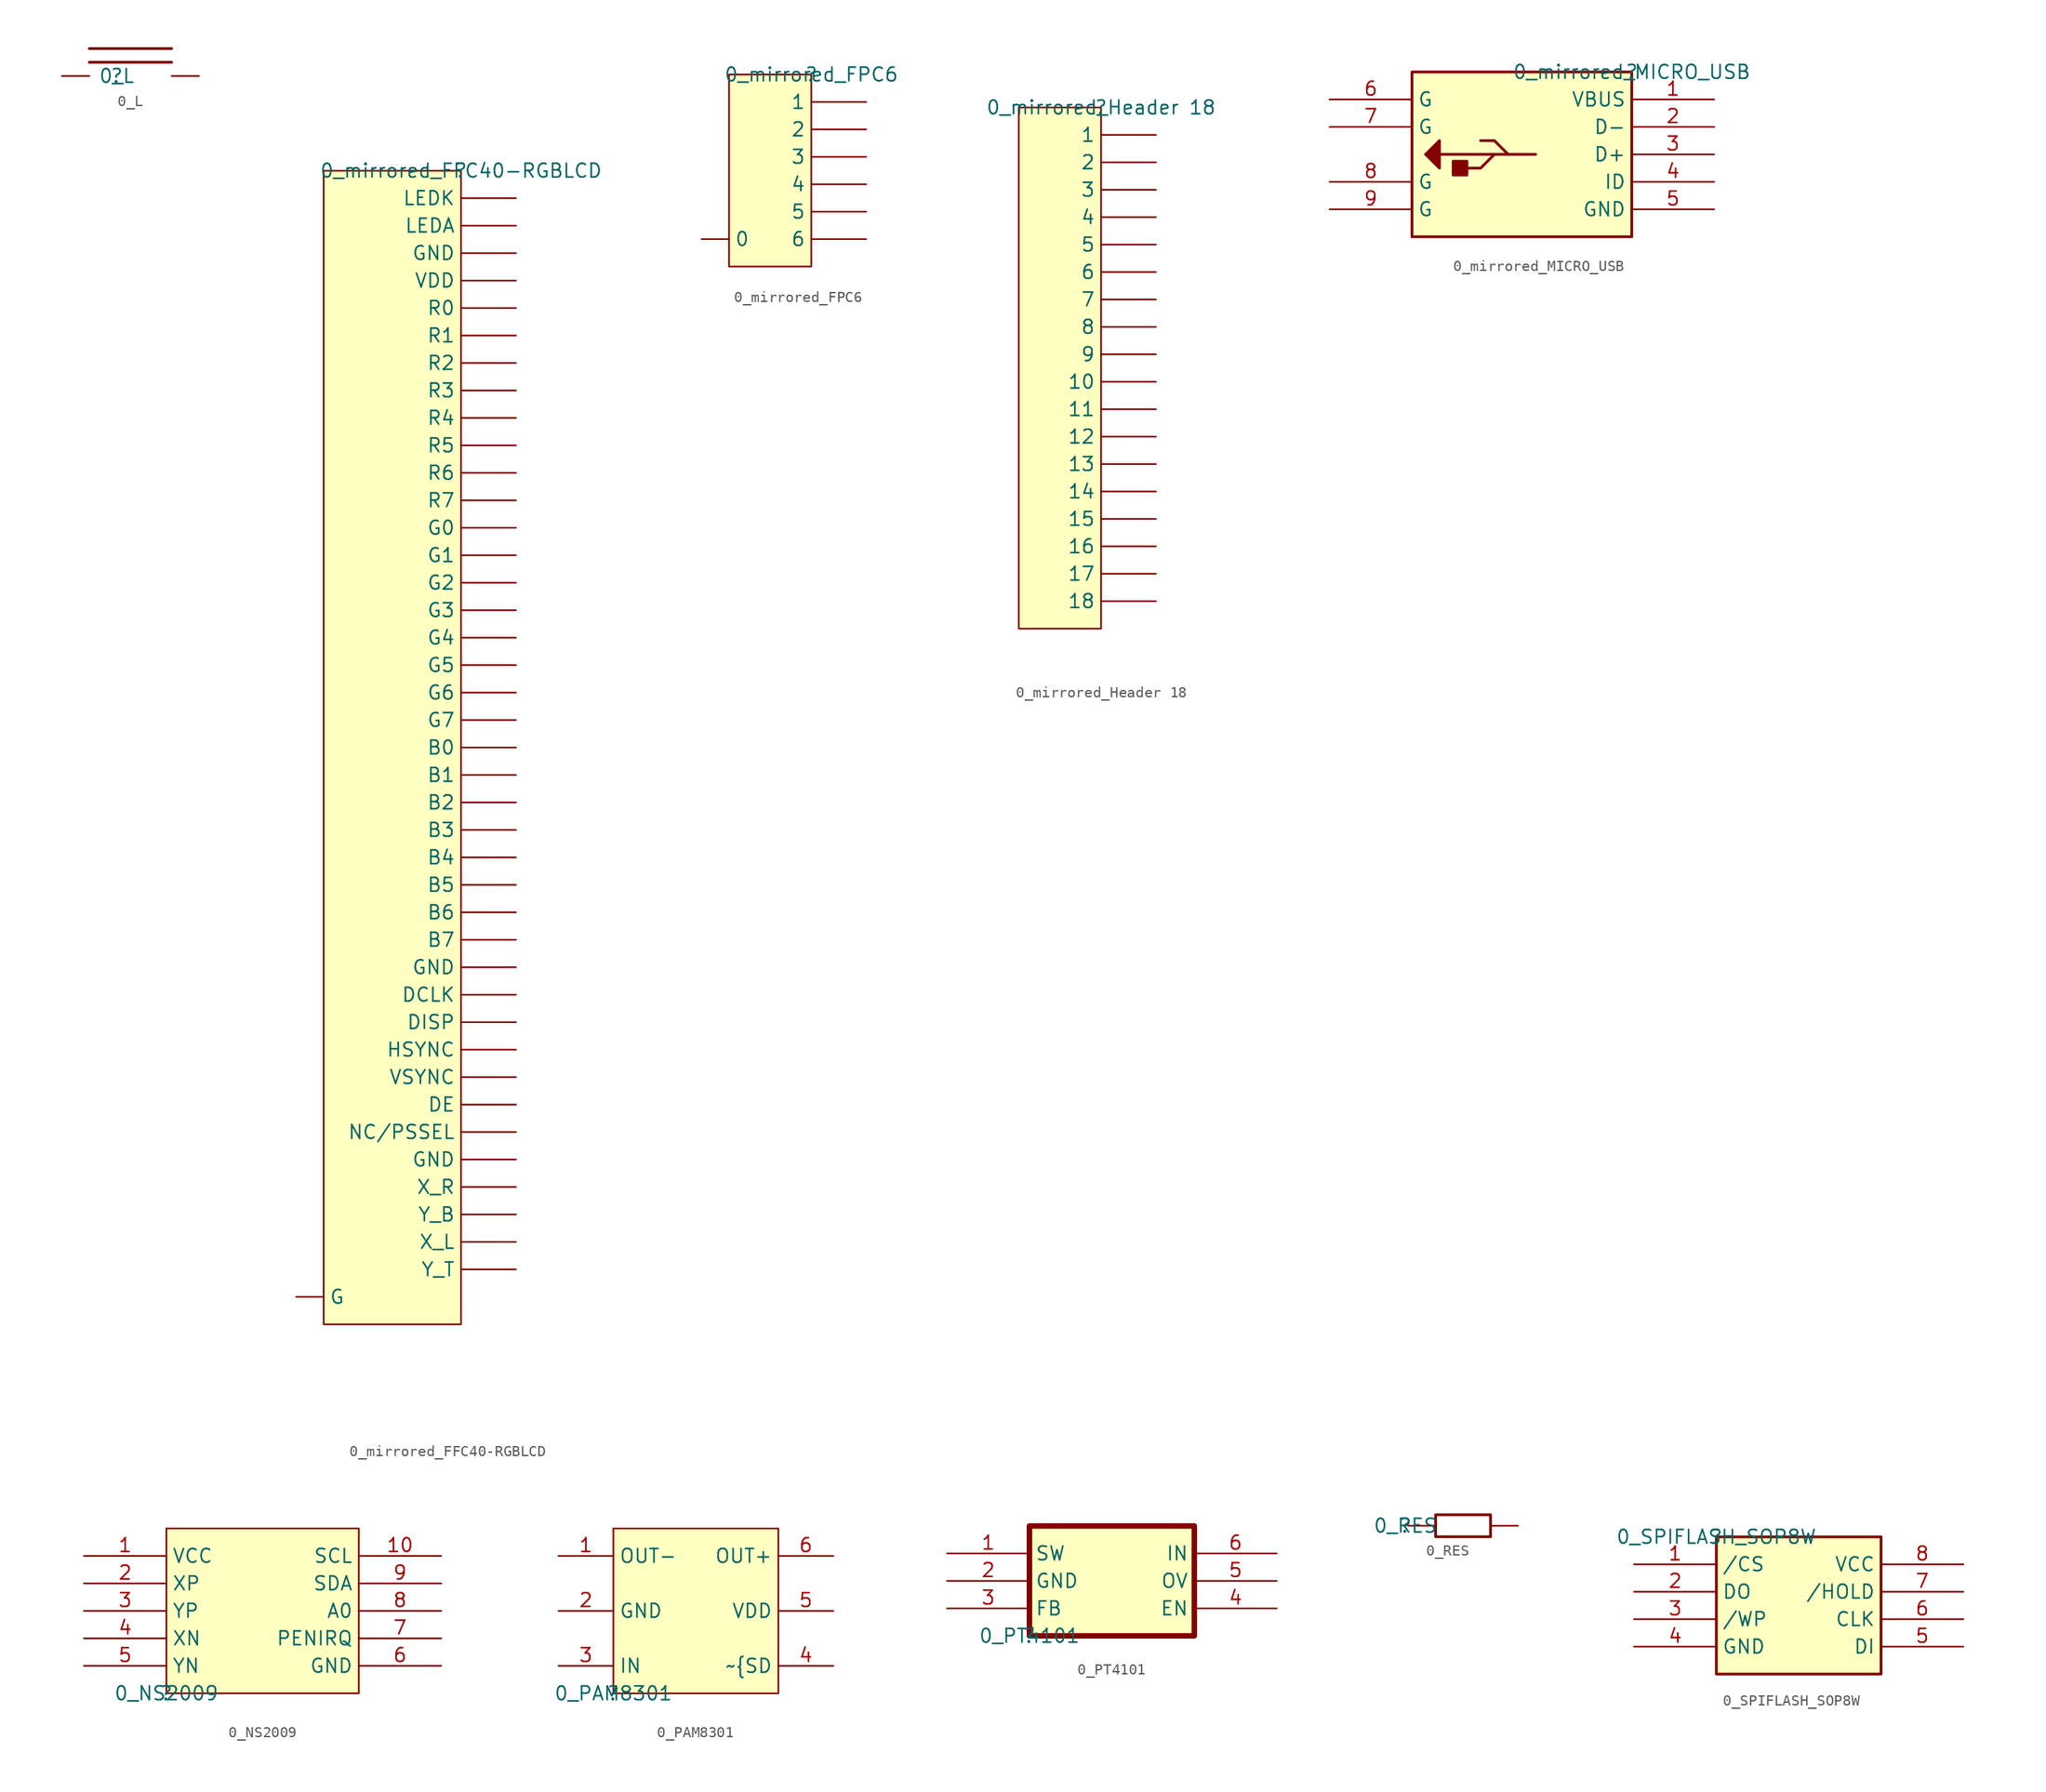
<source format=kicad_sym>
(kicad_symbol_lib
  (version 20210619)
  (generator kicad_symbol_editor)
  (symbol "F1C200S_WS__RGB_T7-altium-import:0_L"
    (property "Reference" ""
      (at 0 0 0)
      (effects (font (size 1.27 1.27))))
    (property "Value" "0_L"
      (at 0 0 0)
      (effects (font (size 1.27 1.27))))
    (symbol "0_L_1_0"
      (polyline (pts (xy -2.54 1.27) (xy 5.08 1.27)) (stroke (width 0.254)) (fill (type none)))
      (polyline (pts (xy 5.08 2.54) (xy -2.54 2.54)) (stroke (width 0.254)) (fill (type none)))
      (pin passive line (at 7.62 0 180) (length 2.54) (name "1" (effects (font (size 0 0)))) (number "1" (effects (font (size 0 0)))))
      (pin passive line (at -5.08 0 0) (length 2.54) (name "2" (effects (font (size 0 0)))) (number "2" (effects (font (size 0 0)))))))
  (symbol "F1C200S_WS__RGB_T7-altium-import:0_mirrored_FFC40-RGBLCD"
    (property "Reference" ""
      (at 0 0 0)
      (effects (font (size 1.27 1.27))))
    (property "Value" "0_mirrored_FFC40-RGBLCD"
      (at 0 0 0)
      (effects (font (size 1.27 1.27))))
    (symbol "0_mirrored_FFC40-RGBLCD_1_0"
      (rectangle (start 0 0) (end -12.7 -106.68) (stroke (width 0)) (fill (type background)))
      (pin passive line (at 5.08 -2.54 180) (length 5.08) (name "LEDK" (effects (font (size 1.27 1.27)))) (number "1" (effects (font (size 0 0)))))
      (pin passive line (at 5.08 -25.4 180) (length 5.08) (name "R5" (effects (font (size 1.27 1.27)))) (number "10" (effects (font (size 0 0)))))
      (pin passive line (at 5.08 -27.94 180) (length 5.08) (name "R6" (effects (font (size 1.27 1.27)))) (number "11" (effects (font (size 0 0)))))
      (pin passive line (at 5.08 -30.48 180) (length 5.08) (name "R7" (effects (font (size 1.27 1.27)))) (number "12" (effects (font (size 0 0)))))
      (pin passive line (at 5.08 -33.02 180) (length 5.08) (name "G0" (effects (font (size 1.27 1.27)))) (number "13" (effects (font (size 0 0)))))
      (pin passive line (at 5.08 -35.56 180) (length 5.08) (name "G1" (effects (font (size 1.27 1.27)))) (number "14" (effects (font (size 0 0)))))
      (pin passive line (at 5.08 -38.1 180) (length 5.08) (name "G2" (effects (font (size 1.27 1.27)))) (number "15" (effects (font (size 0 0)))))
      (pin passive line (at 5.08 -40.64 180) (length 5.08) (name "G3" (effects (font (size 1.27 1.27)))) (number "16" (effects (font (size 0 0)))))
      (pin passive line (at 5.08 -43.18 180) (length 5.08) (name "G4" (effects (font (size 1.27 1.27)))) (number "17" (effects (font (size 0 0)))))
      (pin passive line (at 5.08 -45.72 180) (length 5.08) (name "G5" (effects (font (size 1.27 1.27)))) (number "18" (effects (font (size 0 0)))))
      (pin passive line (at 5.08 -48.26 180) (length 5.08) (name "G6" (effects (font (size 1.27 1.27)))) (number "19" (effects (font (size 0 0)))))
      (pin passive line (at 5.08 -5.08 180) (length 5.08) (name "LEDA" (effects (font (size 1.27 1.27)))) (number "2" (effects (font (size 0 0)))))
      (pin passive line (at 5.08 -50.8 180) (length 5.08) (name "G7" (effects (font (size 1.27 1.27)))) (number "20" (effects (font (size 0 0)))))
      (pin passive line (at 5.08 -53.34 180) (length 5.08) (name "B0" (effects (font (size 1.27 1.27)))) (number "21" (effects (font (size 0 0)))))
      (pin passive line (at 5.08 -55.88 180) (length 5.08) (name "B1" (effects (font (size 1.27 1.27)))) (number "22" (effects (font (size 0 0)))))
      (pin passive line (at 5.08 -58.42 180) (length 5.08) (name "B2" (effects (font (size 1.27 1.27)))) (number "23" (effects (font (size 0 0)))))
      (pin passive line (at 5.08 -60.96 180) (length 5.08) (name "B3" (effects (font (size 1.27 1.27)))) (number "24" (effects (font (size 0 0)))))
      (pin passive line (at 5.08 -63.5 180) (length 5.08) (name "B4" (effects (font (size 1.27 1.27)))) (number "25" (effects (font (size 0 0)))))
      (pin passive line (at 5.08 -66.04 180) (length 5.08) (name "B5" (effects (font (size 1.27 1.27)))) (number "26" (effects (font (size 0 0)))))
      (pin passive line (at 5.08 -68.58 180) (length 5.08) (name "B6" (effects (font (size 1.27 1.27)))) (number "27" (effects (font (size 0 0)))))
      (pin passive line (at 5.08 -71.12 180) (length 5.08) (name "B7" (effects (font (size 1.27 1.27)))) (number "28" (effects (font (size 0 0)))))
      (pin passive line (at 5.08 -73.66 180) (length 5.08) (name "GND" (effects (font (size 1.27 1.27)))) (number "29" (effects (font (size 0 0)))))
      (pin passive line (at 5.08 -7.62 180) (length 5.08) (name "GND" (effects (font (size 1.27 1.27)))) (number "3" (effects (font (size 0 0)))))
      (pin passive line (at 5.08 -76.2 180) (length 5.08) (name "DCLK" (effects (font (size 1.27 1.27)))) (number "30" (effects (font (size 0 0)))))
      (pin passive line (at 5.08 -78.74 180) (length 5.08) (name "DISP" (effects (font (size 1.27 1.27)))) (number "31" (effects (font (size 0 0)))))
      (pin passive line (at 5.08 -81.28 180) (length 5.08) (name "HSYNC" (effects (font (size 1.27 1.27)))) (number "32" (effects (font (size 0 0)))))
      (pin passive line (at 5.08 -83.82 180) (length 5.08) (name "VSYNC" (effects (font (size 1.27 1.27)))) (number "33" (effects (font (size 0 0)))))
      (pin passive line (at 5.08 -86.36 180) (length 5.08) (name "DE" (effects (font (size 1.27 1.27)))) (number "34" (effects (font (size 0 0)))))
      (pin passive line (at 5.08 -88.9 180) (length 5.08) (name "NC/PSSEL" (effects (font (size 1.27 1.27)))) (number "35" (effects (font (size 0 0)))))
      (pin passive line (at 5.08 -91.44 180) (length 5.08) (name "GND" (effects (font (size 1.27 1.27)))) (number "36" (effects (font (size 0 0)))))
      (pin passive line (at 5.08 -93.98 180) (length 5.08) (name "X_R" (effects (font (size 1.27 1.27)))) (number "37" (effects (font (size 0 0)))))
      (pin passive line (at 5.08 -96.52 180) (length 5.08) (name "Y_B" (effects (font (size 1.27 1.27)))) (number "38" (effects (font (size 0 0)))))
      (pin passive line (at 5.08 -99.06 180) (length 5.08) (name "X_L" (effects (font (size 1.27 1.27)))) (number "39" (effects (font (size 0 0)))))
      (pin passive line (at 5.08 -10.16 180) (length 5.08) (name "VDD" (effects (font (size 1.27 1.27)))) (number "4" (effects (font (size 0 0)))))
      (pin passive line (at 5.08 -101.6 180) (length 5.08) (name "Y_T" (effects (font (size 1.27 1.27)))) (number "40" (effects (font (size 0 0)))))
      (pin passive line (at 5.08 -12.7 180) (length 5.08) (name "R0" (effects (font (size 1.27 1.27)))) (number "5" (effects (font (size 0 0)))))
      (pin passive line (at 5.08 -15.24 180) (length 5.08) (name "R1" (effects (font (size 1.27 1.27)))) (number "6" (effects (font (size 0 0)))))
      (pin passive line (at 5.08 -17.78 180) (length 5.08) (name "R2" (effects (font (size 1.27 1.27)))) (number "7" (effects (font (size 0 0)))))
      (pin passive line (at 5.08 -20.32 180) (length 5.08) (name "R3" (effects (font (size 1.27 1.27)))) (number "8" (effects (font (size 0 0)))))
      (pin passive line (at 5.08 -22.86 180) (length 5.08) (name "R4" (effects (font (size 1.27 1.27)))) (number "9" (effects (font (size 0 0)))))
      (pin passive line (at -15.24 -104.14 0) (length 2.54) (name "G" (effects (font (size 1.27 1.27)))) (number "G" (effects (font (size 0 0)))))))
  (symbol "F1C200S_WS__RGB_T7-altium-import:0_mirrored_FPC6"
    (property "Reference" ""
      (at 0 0 0)
      (effects (font (size 1.27 1.27))))
    (property "Value" "0_mirrored_FPC6"
      (at 0 0 0)
      (effects (font (size 1.27 1.27))))
    (symbol "0_mirrored_FPC6_1_0"
      (rectangle (start 0 0) (end -7.62 -17.78) (stroke (width 0)) (fill (type background)))
      (pin passive line (at -10.16 -15.24 0) (length 2.54) (name "0" (effects (font (size 1.27 1.27)))) (number "0" (effects (font (size 0 0)))))
      (pin passive line (at 5.08 -2.54 180) (length 5.08) (name "1" (effects (font (size 1.27 1.27)))) (number "1" (effects (font (size 0 0)))))
      (pin passive line (at 5.08 -5.08 180) (length 5.08) (name "2" (effects (font (size 1.27 1.27)))) (number "2" (effects (font (size 0 0)))))
      (pin passive line (at 5.08 -7.62 180) (length 5.08) (name "3" (effects (font (size 1.27 1.27)))) (number "3" (effects (font (size 0 0)))))
      (pin passive line (at 5.08 -10.16 180) (length 5.08) (name "4" (effects (font (size 1.27 1.27)))) (number "4" (effects (font (size 0 0)))))
      (pin passive line (at 5.08 -12.7 180) (length 5.08) (name "5" (effects (font (size 1.27 1.27)))) (number "5" (effects (font (size 0 0)))))
      (pin passive line (at 5.08 -15.24 180) (length 5.08) (name "6" (effects (font (size 1.27 1.27)))) (number "6" (effects (font (size 0 0)))))))
  (symbol "F1C200S_WS__RGB_T7-altium-import:0_mirrored_Header 18"
    (property "Reference" ""
      (at 0 0 0)
      (effects (font (size 1.27 1.27))))
    (property "Value" "0_mirrored_Header 18"
      (at 0 0 0)
      (effects (font (size 1.27 1.27))))
    (symbol "0_mirrored_Header 18_1_0"
      (rectangle (start 0 0) (end -7.62 -48.26) (stroke (width 0)) (fill (type background)))
      (pin passive line (at 5.08 -2.54 180) (length 5.08) (name "1" (effects (font (size 1.27 1.27)))) (number "1" (effects (font (size 0 0)))))
      (pin passive line (at 5.08 -25.4 180) (length 5.08) (name "10" (effects (font (size 1.27 1.27)))) (number "10" (effects (font (size 0 0)))))
      (pin passive line (at 5.08 -27.94 180) (length 5.08) (name "11" (effects (font (size 1.27 1.27)))) (number "11" (effects (font (size 0 0)))))
      (pin passive line (at 5.08 -30.48 180) (length 5.08) (name "12" (effects (font (size 1.27 1.27)))) (number "12" (effects (font (size 0 0)))))
      (pin passive line (at 5.08 -33.02 180) (length 5.08) (name "13" (effects (font (size 1.27 1.27)))) (number "13" (effects (font (size 0 0)))))
      (pin passive line (at 5.08 -35.56 180) (length 5.08) (name "14" (effects (font (size 1.27 1.27)))) (number "14" (effects (font (size 0 0)))))
      (pin passive line (at 5.08 -38.1 180) (length 5.08) (name "15" (effects (font (size 1.27 1.27)))) (number "15" (effects (font (size 0 0)))))
      (pin passive line (at 5.08 -40.64 180) (length 5.08) (name "16" (effects (font (size 1.27 1.27)))) (number "16" (effects (font (size 0 0)))))
      (pin passive line (at 5.08 -43.18 180) (length 5.08) (name "17" (effects (font (size 1.27 1.27)))) (number "17" (effects (font (size 0 0)))))
      (pin passive line (at 5.08 -45.72 180) (length 5.08) (name "18" (effects (font (size 1.27 1.27)))) (number "18" (effects (font (size 0 0)))))
      (pin passive line (at 5.08 -5.08 180) (length 5.08) (name "2" (effects (font (size 1.27 1.27)))) (number "2" (effects (font (size 0 0)))))
      (pin passive line (at 5.08 -7.62 180) (length 5.08) (name "3" (effects (font (size 1.27 1.27)))) (number "3" (effects (font (size 0 0)))))
      (pin passive line (at 5.08 -10.16 180) (length 5.08) (name "4" (effects (font (size 1.27 1.27)))) (number "4" (effects (font (size 0 0)))))
      (pin passive line (at 5.08 -12.7 180) (length 5.08) (name "5" (effects (font (size 1.27 1.27)))) (number "5" (effects (font (size 0 0)))))
      (pin passive line (at 5.08 -15.24 180) (length 5.08) (name "6" (effects (font (size 1.27 1.27)))) (number "6" (effects (font (size 0 0)))))
      (pin passive line (at 5.08 -17.78 180) (length 5.08) (name "7" (effects (font (size 1.27 1.27)))) (number "7" (effects (font (size 0 0)))))
      (pin passive line (at 5.08 -20.32 180) (length 5.08) (name "8" (effects (font (size 1.27 1.27)))) (number "8" (effects (font (size 0 0)))))
      (pin passive line (at 5.08 -22.86 180) (length 5.08) (name "9" (effects (font (size 1.27 1.27)))) (number "9" (effects (font (size 0 0)))))))
  (symbol "F1C200S_WS__RGB_T7-altium-import:0_mirrored_MICRO_USB"
    (property "Reference" ""
      (at 0 0 0)
      (effects (font (size 1.27 1.27))))
    (property "Value" "0_mirrored_MICRO_USB"
      (at 0 0 0)
      (effects (font (size 1.27 1.27))))
    (symbol "0_mirrored_MICRO_USB_1_0"
      (rectangle (start 0 0) (end -20.32 -15.24) (stroke (width 0.254)) (fill (type background)))
      (polyline (pts (xy -8.89 -7.62) (xy -19.05 -7.62)) (stroke (width 0.254)) (fill (type none)))
      (polyline (pts (xy -12.7 -7.62) (xy -13.97 -8.89) (xy -15.24 -8.89)) (stroke (width 0.254)) (fill (type none)))
      (polyline (pts (xy -11.43 -7.62) (xy -12.7 -6.35) (xy -13.97 -6.35)) (stroke (width 0.254)) (fill (type none)))
      (polyline (pts (xy -19.05 -7.62) (xy -17.78 -6.35) (xy -17.78 -8.89) (xy -19.05 -7.62)) (stroke (width 0.254)) (fill (type outline)))
      (polyline (pts (xy -15.24 -8.255) (xy -15.24 -9.525) (xy -16.51 -9.525) (xy -16.51 -8.255) (xy -15.24 -8.255) (xy -15.24 -8.255)) (stroke (width 0.254)) (fill (type outline)))
      (pin power_in line (at 7.62 -2.54 180) (length 7.62) (name "VBUS" (effects (font (size 1.27 1.27)))) (number "1" (effects (font (size 1.27 1.27)))))
      (pin passive line (at 7.62 -5.08 180) (length 7.62) (name "D-" (effects (font (size 1.27 1.27)))) (number "2" (effects (font (size 1.27 1.27)))))
      (pin passive line (at 7.62 -7.62 180) (length 7.62) (name "D+" (effects (font (size 1.27 1.27)))) (number "3" (effects (font (size 1.27 1.27)))))
      (pin passive line (at 7.62 -10.16 180) (length 7.62) (name "ID" (effects (font (size 1.27 1.27)))) (number "4" (effects (font (size 1.27 1.27)))))
      (pin power_in line (at 7.62 -12.7 180) (length 7.62) (name "GND" (effects (font (size 1.27 1.27)))) (number "5" (effects (font (size 1.27 1.27)))))
      (pin passive line (at -27.94 -2.54 0) (length 7.62) (name "G" (effects (font (size 1.27 1.27)))) (number "6" (effects (font (size 1.27 1.27)))))
      (pin passive line (at -27.94 -5.08 0) (length 7.62) (name "G" (effects (font (size 1.27 1.27)))) (number "7" (effects (font (size 1.27 1.27)))))
      (pin passive line (at -27.94 -10.16 0) (length 7.62) (name "G" (effects (font (size 1.27 1.27)))) (number "8" (effects (font (size 1.27 1.27)))))
      (pin passive line (at -27.94 -12.7 0) (length 7.62) (name "G" (effects (font (size 1.27 1.27)))) (number "9" (effects (font (size 1.27 1.27)))))))
  (symbol "F1C200S_WS__RGB_T7-altium-import:0_NS2009"
    (property "Reference" ""
      (at 0 0 0)
      (effects (font (size 1.27 1.27))))
    (property "Value" "0_NS2009"
      (at 0 0 0)
      (effects (font (size 1.27 1.27))))
    (symbol "0_NS2009_1_0"
      (rectangle (start 17.78 15.24) (end 0 0) (stroke (width 0)) (fill (type background)))
      (pin passive line (at -7.62 12.7 0) (length 7.62) (name "VCC" (effects (font (size 1.27 1.27)))) (number "1" (effects (font (size 1.27 1.27)))))
      (pin passive line (at 25.4 12.7 180) (length 7.62) (name "SCL" (effects (font (size 1.27 1.27)))) (number "10" (effects (font (size 1.27 1.27)))))
      (pin passive line (at -7.62 10.16 0) (length 7.62) (name "XP" (effects (font (size 1.27 1.27)))) (number "2" (effects (font (size 1.27 1.27)))))
      (pin passive line (at -7.62 7.62 0) (length 7.62) (name "YP" (effects (font (size 1.27 1.27)))) (number "3" (effects (font (size 1.27 1.27)))))
      (pin passive line (at -7.62 5.08 0) (length 7.62) (name "XN" (effects (font (size 1.27 1.27)))) (number "4" (effects (font (size 1.27 1.27)))))
      (pin passive line (at -7.62 2.54 0) (length 7.62) (name "YN" (effects (font (size 1.27 1.27)))) (number "5" (effects (font (size 1.27 1.27)))))
      (pin passive line (at 25.4 2.54 180) (length 7.62) (name "GND" (effects (font (size 1.27 1.27)))) (number "6" (effects (font (size 1.27 1.27)))))
      (pin passive line (at 25.4 5.08 180) (length 7.62) (name "PENIRQ" (effects (font (size 1.27 1.27)))) (number "7" (effects (font (size 1.27 1.27)))))
      (pin passive line (at 25.4 7.62 180) (length 7.62) (name "A0" (effects (font (size 1.27 1.27)))) (number "8" (effects (font (size 1.27 1.27)))))
      (pin passive line (at 25.4 10.16 180) (length 7.62) (name "SDA" (effects (font (size 1.27 1.27)))) (number "9" (effects (font (size 1.27 1.27)))))))
  (symbol "F1C200S_WS__RGB_T7-altium-import:0_PAM8301"
    (property "Reference" ""
      (at 0 0 0)
      (effects (font (size 1.27 1.27))))
    (property "Value" "0_PAM8301"
      (at 0 0 0)
      (effects (font (size 1.27 1.27))))
    (symbol "0_PAM8301_1_0"
      (rectangle (start 15.24 15.24) (end 0 0) (stroke (width 0)) (fill (type background)))
      (pin passive line (at -5.08 12.7 0) (length 5.08) (name "OUT-" (effects (font (size 1.27 1.27)))) (number "1" (effects (font (size 1.27 1.27)))))
      (pin passive line (at -5.08 7.62 0) (length 5.08) (name "GND" (effects (font (size 1.27 1.27)))) (number "2" (effects (font (size 1.27 1.27)))))
      (pin passive line (at -5.08 2.54 0) (length 5.08) (name "IN" (effects (font (size 1.27 1.27)))) (number "3" (effects (font (size 1.27 1.27)))))
      (pin passive line (at 20.32 2.54 180) (length 5.08) (name "~{SD" (effects (font (size 1.27 1.27)))) (number "4" (effects (font (size 1.27 1.27)))))
      (pin passive line (at 20.32 7.62 180) (length 5.08) (name "VDD" (effects (font (size 1.27 1.27)))) (number "5" (effects (font (size 1.27 1.27)))))
      (pin passive line (at 20.32 12.7 180) (length 5.08) (name "OUT+" (effects (font (size 1.27 1.27)))) (number "6" (effects (font (size 1.27 1.27)))))))
  (symbol "F1C200S_WS__RGB_T7-altium-import:0_PT4101"
    (property "Reference" ""
      (at 0 0 0)
      (effects (font (size 1.27 1.27))))
    (property "Value" "0_PT4101"
      (at 0 0 0)
      (effects (font (size 1.27 1.27))))
    (symbol "0_PT4101_1_0"
      (rectangle (start 15.24 10.16) (end 0 0) (stroke (width 0.508)) (fill (type background)))
      (pin passive line (at -7.62 7.62 0) (length 7.62) (name "SW" (effects (font (size 1.27 1.27)))) (number "1" (effects (font (size 1.27 1.27)))))
      (pin passive line (at -7.62 5.08 0) (length 7.62) (name "GND" (effects (font (size 1.27 1.27)))) (number "2" (effects (font (size 1.27 1.27)))))
      (pin passive line (at -7.62 2.54 0) (length 7.62) (name "FB" (effects (font (size 1.27 1.27)))) (number "3" (effects (font (size 1.27 1.27)))))
      (pin passive line (at 22.86 2.54 180) (length 7.62) (name "EN" (effects (font (size 1.27 1.27)))) (number "4" (effects (font (size 1.27 1.27)))))
      (pin passive line (at 22.86 5.08 180) (length 7.62) (name "OV" (effects (font (size 1.27 1.27)))) (number "5" (effects (font (size 1.27 1.27)))))
      (pin passive line (at 22.86 7.62 180) (length 7.62) (name "IN" (effects (font (size 1.27 1.27)))) (number "6" (effects (font (size 1.27 1.27)))))))
  (symbol "F1C200S_WS__RGB_T7-altium-import:0_RES"
    (property "Reference" ""
      (at 0 0 0)
      (effects (font (size 1.27 1.27))))
    (property "Value" "0_RES"
      (at 0 0 0)
      (effects (font (size 1.27 1.27))))
    (symbol "0_RES_1_0"
      (rectangle (start 7.874 1.016) (end 2.794 -1.016) (stroke (width 0.254)) (fill (type none)))
      (pin passive line (at 0.254 0 0) (length 2.54) (name "1" (effects (font (size 0 0)))) (number "1" (effects (font (size 0 0)))))
      (pin passive line (at 10.414 0 180) (length 2.54) (name "2" (effects (font (size 0 0)))) (number "2" (effects (font (size 0 0)))))))
  (symbol "F1C200S_WS__RGB_T7-altium-import:0_SPIFLASH_SOP8W"
    (property "Reference" ""
      (at 0 0 0)
      (effects (font (size 1.27 1.27))))
    (property "Value" "0_SPIFLASH_SOP8W"
      (at 0 0 0)
      (effects (font (size 1.27 1.27))))
    (symbol "0_SPIFLASH_SOP8W_1_0"
      (rectangle (start 15.24 0) (end 0 -12.7) (stroke (width 0.254)) (fill (type background)))
      (pin passive line (at 22.86 -10.16 180) (length 7.62) (name "DI" (effects (font (size 1.27 1.27)))) (number "5" (effects (font (size 1.27 1.27)))))
      (pin passive line (at -7.62 -2.54 0) (length 7.62) (name "/CS" (effects (font (size 1.27 1.27)))) (number "1" (effects (font (size 1.27 1.27)))))
      (pin passive line (at -7.62 -5.08 0) (length 7.62) (name "DO" (effects (font (size 1.27 1.27)))) (number "2" (effects (font (size 1.27 1.27)))))
      (pin passive line (at -7.62 -7.62 0) (length 7.62) (name "/WP" (effects (font (size 1.27 1.27)))) (number "3" (effects (font (size 1.27 1.27)))))
      (pin passive line (at -7.62 -10.16 0) (length 7.62) (name "GND" (effects (font (size 1.27 1.27)))) (number "4" (effects (font (size 1.27 1.27)))))
      (pin passive line (at 22.86 -7.62 180) (length 7.62) (name "CLK" (effects (font (size 1.27 1.27)))) (number "6" (effects (font (size 1.27 1.27)))))
      (pin passive line (at 22.86 -5.08 180) (length 7.62) (name "/HOLD" (effects (font (size 1.27 1.27)))) (number "7" (effects (font (size 1.27 1.27)))))
      (pin passive line (at 22.86 -2.54 180) (length 7.62) (name "VCC" (effects (font (size 1.27 1.27)))) (number "8" (effects (font (size 1.27 1.27))))))))
</source>
